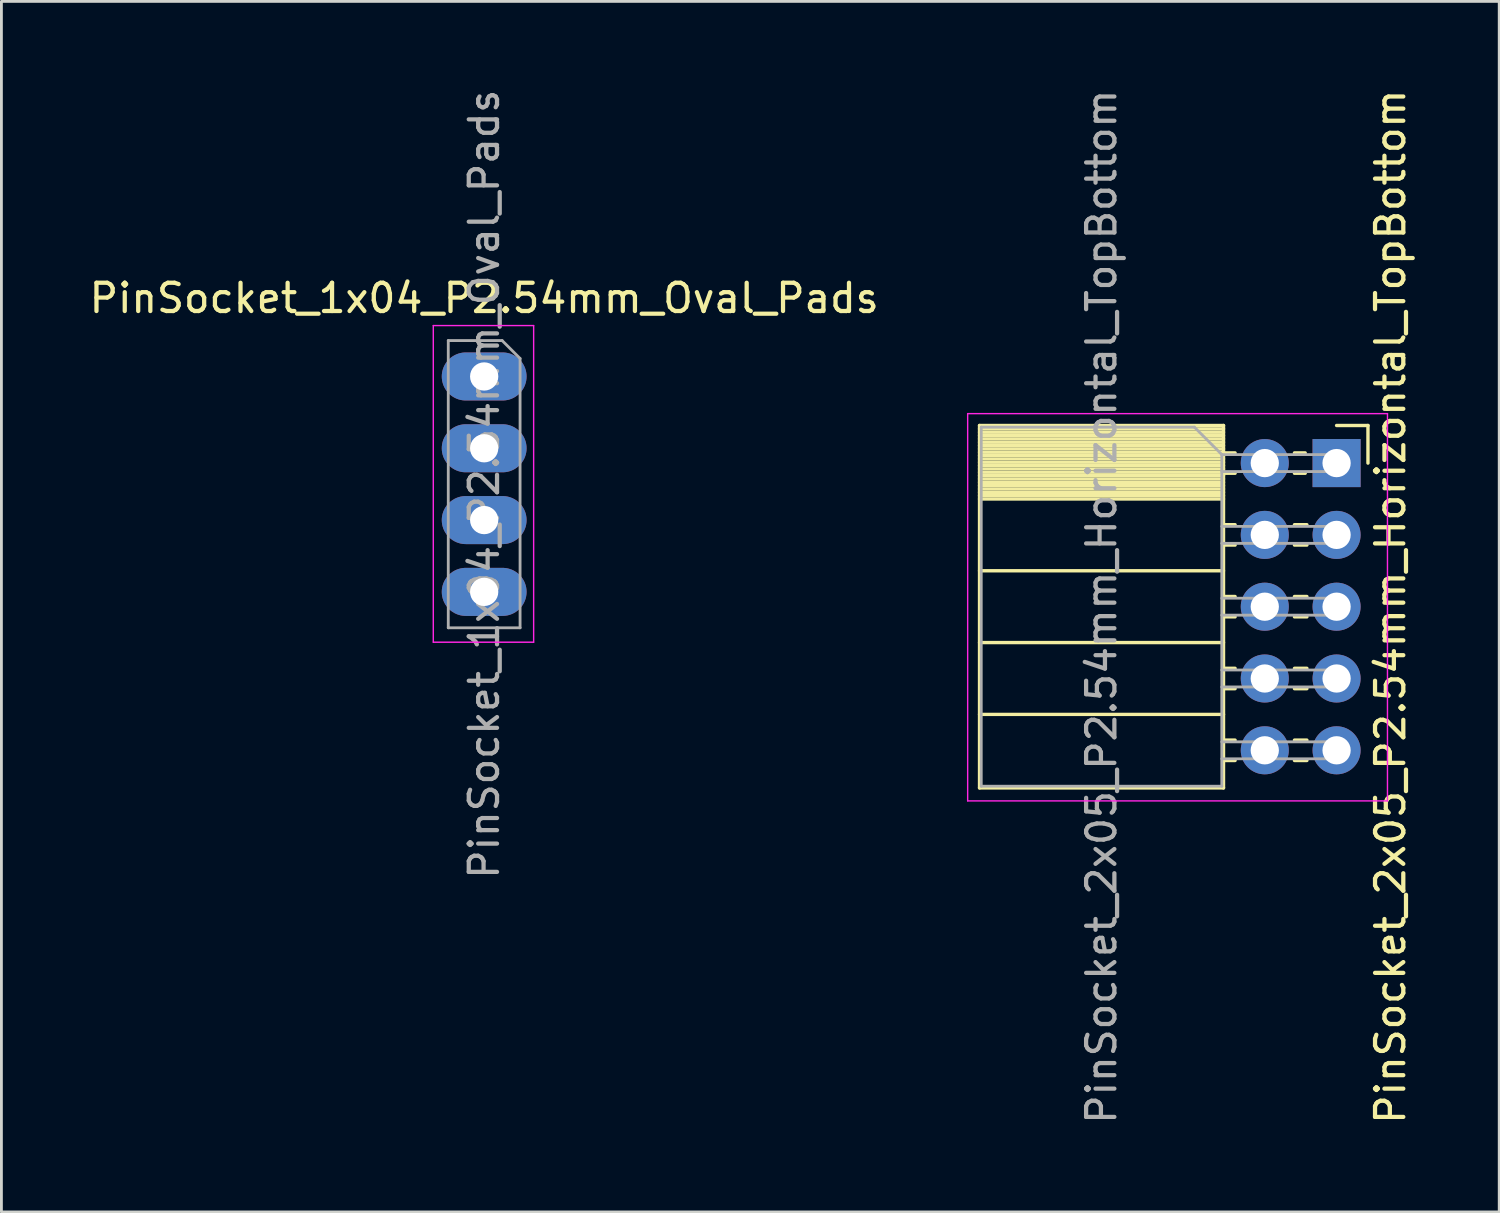
<source format=kicad_pcb>
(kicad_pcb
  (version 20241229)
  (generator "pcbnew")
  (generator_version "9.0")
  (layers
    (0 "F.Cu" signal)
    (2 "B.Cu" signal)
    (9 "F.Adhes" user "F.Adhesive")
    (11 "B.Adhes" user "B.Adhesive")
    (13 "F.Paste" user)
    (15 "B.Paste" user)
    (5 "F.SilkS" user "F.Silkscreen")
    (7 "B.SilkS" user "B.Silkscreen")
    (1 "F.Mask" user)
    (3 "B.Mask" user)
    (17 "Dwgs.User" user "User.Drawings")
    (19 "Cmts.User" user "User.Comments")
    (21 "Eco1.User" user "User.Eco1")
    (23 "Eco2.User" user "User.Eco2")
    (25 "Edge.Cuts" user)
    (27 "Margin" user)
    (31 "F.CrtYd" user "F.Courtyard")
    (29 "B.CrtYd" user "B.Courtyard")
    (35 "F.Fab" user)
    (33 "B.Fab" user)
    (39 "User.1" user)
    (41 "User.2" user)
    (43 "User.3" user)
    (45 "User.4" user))
  (footprint "PinSocket_2x05_P2.54mm_Horizontal_TopBottom"
    (layer "F.Cu")
    (at 44.23 13.331)
    (property "Reference" "PinSocket_2x05_P2.54mm_Horizontal_TopBottom" (at 1.905 5.08 90) (layer "F.SilkS") (effects (font (size 1 1) (thickness 0.15))))
    (attr through_hole)
    (fp_line (start -12.63 -1.33) (end -12.63 11.49) (stroke (width 0.12) (type solid)) (layer "F.SilkS"))
    (fp_line (start -12.63 -1.33) (end -4 -1.33) (stroke (width 0.12) (type solid)) (layer "F.SilkS"))
    (fp_line (start -12.63 -1.21) (end -4 -1.21) (stroke (width 0.12) (type solid)) (layer "F.SilkS"))
    (fp_line (start -12.63 -1.092) (end -4 -1.092) (stroke (width 0.12) (type solid)) (layer "F.SilkS"))
    (fp_line (start -12.63 -0.974) (end -4 -0.974) (stroke (width 0.12) (type solid)) (layer "F.SilkS"))
    (fp_line (start -12.63 -0.856) (end -4 -0.856) (stroke (width 0.12) (type solid)) (layer "F.SilkS"))
    (fp_line (start -12.63 -0.738) (end -4 -0.738) (stroke (width 0.12) (type solid)) (layer "F.SilkS"))
    (fp_line (start -12.63 -0.62) (end -4 -0.62) (stroke (width 0.12) (type solid)) (layer "F.SilkS"))
    (fp_line (start -12.63 -0.501) (end -4 -0.501) (stroke (width 0.12) (type solid)) (layer "F.SilkS"))
    (fp_line (start -12.63 -0.383) (end -4 -0.383) (stroke (width 0.12) (type solid)) (layer "F.SilkS"))
    (fp_line (start -12.63 -0.265) (end -4 -0.265) (stroke (width 0.12) (type solid)) (layer "F.SilkS"))
    (fp_line (start -12.63 -0.147) (end -4 -0.147) (stroke (width 0.12) (type solid)) (layer "F.SilkS"))
    (fp_line (start -12.63 -0.029) (end -4 -0.029) (stroke (width 0.12) (type solid)) (layer "F.SilkS"))
    (fp_line (start -12.63 0.089) (end -4 0.089) (stroke (width 0.12) (type solid)) (layer "F.SilkS"))
    (fp_line (start -12.63 0.207) (end -4 0.207) (stroke (width 0.12) (type solid)) (layer "F.SilkS"))
    (fp_line (start -12.63 0.325) (end -4 0.325) (stroke (width 0.12) (type solid)) (layer "F.SilkS"))
    (fp_line (start -12.63 0.443) (end -4 0.443) (stroke (width 0.12) (type solid)) (layer "F.SilkS"))
    (fp_line (start -12.63 0.561) (end -4 0.561) (stroke (width 0.12) (type solid)) (layer "F.SilkS"))
    (fp_line (start -12.63 0.68) (end -4 0.68) (stroke (width 0.12) (type solid)) (layer "F.SilkS"))
    (fp_line (start -12.63 0.798) (end -4 0.798) (stroke (width 0.12) (type solid)) (layer "F.SilkS"))
    (fp_line (start -12.63 0.916) (end -4 0.916) (stroke (width 0.12) (type solid)) (layer "F.SilkS"))
    (fp_line (start -12.63 1.034) (end -4 1.034) (stroke (width 0.12) (type solid)) (layer "F.SilkS"))
    (fp_line (start -12.63 1.152) (end -4 1.152) (stroke (width 0.12) (type solid)) (layer "F.SilkS"))
    (fp_line (start -12.63 1.27) (end -4 1.27) (stroke (width 0.12) (type solid)) (layer "F.SilkS"))
    (fp_line (start -12.63 3.81) (end -4 3.81) (stroke (width 0.12) (type solid)) (layer "F.SilkS"))
    (fp_line (start -12.63 6.35) (end -4 6.35) (stroke (width 0.12) (type solid)) (layer "F.SilkS"))
    (fp_line (start -12.63 8.89) (end -4 8.89) (stroke (width 0.12) (type solid)) (layer "F.SilkS"))
    (fp_line (start -12.63 11.49) (end -4 11.49) (stroke (width 0.12) (type solid)) (layer "F.SilkS"))
    (fp_line (start -4 -1.33) (end -4 11.49) (stroke (width 0.12) (type solid)) (layer "F.SilkS"))
    (fp_line (start -4 -0.36) (end -3.59 -0.36) (stroke (width 0.12) (type solid)) (layer "F.SilkS"))
    (fp_line (start -4 0.36) (end -3.59 0.36) (stroke (width 0.12) (type solid)) (layer "F.SilkS"))
    (fp_line (start -4 2.18) (end -3.59 2.18) (stroke (width 0.12) (type solid)) (layer "F.SilkS"))
    (fp_line (start -4 2.9) (end -3.59 2.9) (stroke (width 0.12) (type solid)) (layer "F.SilkS"))
    (fp_line (start -4 4.72) (end -3.59 4.72) (stroke (width 0.12) (type solid)) (layer "F.SilkS"))
    (fp_line (start -4 5.44) (end -3.59 5.44) (stroke (width 0.12) (type solid)) (layer "F.SilkS"))
    (fp_line (start -4 7.26) (end -3.59 7.26) (stroke (width 0.12) (type solid)) (layer "F.SilkS"))
    (fp_line (start -4 7.98) (end -3.59 7.98) (stroke (width 0.12) (type solid)) (layer "F.SilkS"))
    (fp_line (start -4 9.8) (end -3.59 9.8) (stroke (width 0.12) (type solid)) (layer "F.SilkS"))
    (fp_line (start -4 10.52) (end -3.59 10.52) (stroke (width 0.12) (type solid)) (layer "F.SilkS"))
    (fp_line (start -1.49 -0.36) (end -1.11 -0.36) (stroke (width 0.12) (type solid)) (layer "F.SilkS"))
    (fp_line (start -1.49 0.36) (end -1.11 0.36) (stroke (width 0.12) (type solid)) (layer "F.SilkS"))
    (fp_line (start -1.49 2.18) (end -1.05 2.18) (stroke (width 0.12) (type solid)) (layer "F.SilkS"))
    (fp_line (start -1.49 2.9) (end -1.05 2.9) (stroke (width 0.12) (type solid)) (layer "F.SilkS"))
    (fp_line (start -1.49 4.72) (end -1.05 4.72) (stroke (width 0.12) (type solid)) (layer "F.SilkS"))
    (fp_line (start -1.49 5.44) (end -1.05 5.44) (stroke (width 0.12) (type solid)) (layer "F.SilkS"))
    (fp_line (start -1.49 7.26) (end -1.05 7.26) (stroke (width 0.12) (type solid)) (layer "F.SilkS"))
    (fp_line (start -1.49 7.98) (end -1.05 7.98) (stroke (width 0.12) (type solid)) (layer "F.SilkS"))
    (fp_line (start -1.49 9.8) (end -1.05 9.8) (stroke (width 0.12) (type solid)) (layer "F.SilkS"))
    (fp_line (start -1.49 10.52) (end -1.05 10.52) (stroke (width 0.12) (type solid)) (layer "F.SilkS"))
    (fp_line (start 0 -1.33) (end 1.11 -1.33) (stroke (width 0.12) (type solid)) (layer "F.SilkS"))
    (fp_line (start 1.11 -1.33) (end 1.11 0) (stroke (width 0.12) (type solid)) (layer "F.SilkS"))
    (fp_line (start -13.05 -1.75) (end -13.05 11.95) (stroke (width 0.05) (type solid)) (layer "F.CrtYd"))
    (fp_line (start -13.05 11.95) (end 1.8 11.95) (stroke (width 0.05) (type solid)) (layer "F.CrtYd"))
    (fp_line (start 1.8 -1.75) (end -13.05 -1.75) (stroke (width 0.05) (type solid)) (layer "F.CrtYd"))
    (fp_line (start 1.8 11.95) (end 1.8 -1.75) (stroke (width 0.05) (type solid)) (layer "F.CrtYd"))
    (fp_line (start -12.57 -1.27) (end -5.03 -1.27) (stroke (width 0.1) (type solid)) (layer "F.Fab"))
    (fp_line (start -12.57 11.43) (end -12.57 -1.27) (stroke (width 0.1) (type solid)) (layer "F.Fab"))
    (fp_line (start -5.03 -1.27) (end -4.06 -0.3) (stroke (width 0.1) (type solid)) (layer "F.Fab"))
    (fp_line (start -4.06 -0.3) (end -4.06 11.43) (stroke (width 0.1) (type solid)) (layer "F.Fab"))
    (fp_line (start -4.06 0.3) (end 0 0.3) (stroke (width 0.1) (type solid)) (layer "F.Fab"))
    (fp_line (start -4.06 2.84) (end 0 2.84) (stroke (width 0.1) (type solid)) (layer "F.Fab"))
    (fp_line (start -4.06 5.38) (end 0 5.38) (stroke (width 0.1) (type solid)) (layer "F.Fab"))
    (fp_line (start -4.06 7.92) (end 0 7.92) (stroke (width 0.1) (type solid)) (layer "F.Fab"))
    (fp_line (start -4.06 10.46) (end 0 10.46) (stroke (width 0.1) (type solid)) (layer "F.Fab"))
    (fp_line (start -4.06 11.43) (end -12.57 11.43) (stroke (width 0.1) (type solid)) (layer "F.Fab"))
    (fp_line (start 0 -0.3) (end -4.06 -0.3) (stroke (width 0.1) (type solid)) (layer "F.Fab"))
    (fp_line (start 0 0.3) (end 0 -0.3) (stroke (width 0.1) (type solid)) (layer "F.Fab"))
    (fp_line (start 0 2.24) (end -4.06 2.24) (stroke (width 0.1) (type solid)) (layer "F.Fab"))
    (fp_line (start 0 2.84) (end 0 2.24) (stroke (width 0.1) (type solid)) (layer "F.Fab"))
    (fp_line (start 0 4.78) (end -4.06 4.78) (stroke (width 0.1) (type solid)) (layer "F.Fab"))
    (fp_line (start 0 5.38) (end 0 4.78) (stroke (width 0.1) (type solid)) (layer "F.Fab"))
    (fp_line (start 0 7.32) (end -4.06 7.32) (stroke (width 0.1) (type solid)) (layer "F.Fab"))
    (fp_line (start 0 7.92) (end 0 7.32) (stroke (width 0.1) (type solid)) (layer "F.Fab"))
    (fp_line (start 0 9.86) (end -4.06 9.86) (stroke (width 0.1) (type solid)) (layer "F.Fab"))
    (fp_line (start 0 10.46) (end 0 9.86) (stroke (width 0.1) (type solid)) (layer "F.Fab"))
    (fp_text user "${REFERENCE}" (at -8.315 5.08 270) (layer "F.Fab") (effects (font (size 1 1) (thickness 0.15))))
    (pad "1" thru_hole rect (at 0 0) (size 1.7 1.7) (drill 1) (layers "*.Cu" "*.Mask"))
    (pad "2" thru_hole oval (at 0 2.54) (size 1.7 1.7) (drill 1) (layers "*.Cu" "*.Mask"))
    (pad "3" thru_hole oval (at 0 5.08) (size 1.7 1.7) (drill 1) (layers "*.Cu" "*.Mask"))
    (pad "4" thru_hole oval (at 0 7.62) (size 1.7 1.7) (drill 1) (layers "*.Cu" "*.Mask"))
    (pad "5" thru_hole oval (at 0 10.16) (size 1.7 1.7) (drill 1) (layers "*.Cu" "*.Mask"))
    (pad "6" thru_hole oval (at -2.54 0) (size 1.7 1.7) (drill 1) (layers "*.Cu" "*.Mask"))
    (pad "7" thru_hole oval (at -2.54 2.54) (size 1.7 1.7) (drill 1) (layers "*.Cu" "*.Mask"))
    (pad "8" thru_hole oval (at -2.54 5.08) (size 1.7 1.7) (drill 1) (layers "*.Cu" "*.Mask"))
    (pad "9" thru_hole oval (at -2.54 7.62) (size 1.7 1.7) (drill 1) (layers "*.Cu" "*.Mask"))
    (pad "10" thru_hole oval (at -2.54 10.16) (size 1.7 1.7) (drill 1) (layers "*.Cu" "*.Mask")))
  (footprint "PinSocket_1x04_P2.54mm_Oval_Pads"
    (layer "F.Cu")
    (at 14.077 10.267)
    (property "Reference" "PinSocket_1x04_P2.54mm_Oval_Pads" (at 0 -2.77 0) (layer "F.SilkS") (effects (font (size 1 1) (thickness 0.15))))
    (attr through_hole)
    (fp_line (start -1.8 -1.8) (end 1.75 -1.8) (stroke (width 0.05) (type solid)) (layer "F.CrtYd"))
    (fp_line (start -1.8 9.4) (end -1.8 -1.8) (stroke (width 0.05) (type solid)) (layer "F.CrtYd"))
    (fp_line (start 1.75 -1.8) (end 1.75 9.4) (stroke (width 0.05) (type solid)) (layer "F.CrtYd"))
    (fp_line (start 1.75 9.4) (end -1.8 9.4) (stroke (width 0.05) (type solid)) (layer "F.CrtYd"))
    (fp_line (start -1.27 -1.27) (end 0.635 -1.27) (stroke (width 0.1) (type solid)) (layer "F.Fab"))
    (fp_line (start -1.27 8.89) (end -1.27 -1.27) (stroke (width 0.1) (type solid)) (layer "F.Fab"))
    (fp_line (start 0.635 -1.27) (end 1.27 -0.635) (stroke (width 0.1) (type solid)) (layer "F.Fab"))
    (fp_line (start 1.27 -0.635) (end 1.27 8.89) (stroke (width 0.1) (type solid)) (layer "F.Fab"))
    (fp_line (start 1.27 8.89) (end -1.27 8.89) (stroke (width 0.1) (type solid)) (layer "F.Fab"))
    (fp_text user "${REFERENCE}" (at 0 3.81 90) (layer "F.Fab") (effects (font (size 1 1) (thickness 0.15))))
    (pad "1" thru_hole oval (at 0 0) (size 3 1.7) (drill 1) (layers "*.Cu" "*.Mask"))
    (pad "2" thru_hole oval (at 0 2.54) (size 3 1.7) (drill 1) (layers "*.Cu" "*.Mask"))
    (pad "3" thru_hole oval (at 0 5.08) (size 3 1.7) (drill 1) (layers "*.Cu" "*.Mask"))
    (pad "4" thru_hole oval (at 0 7.62) (size 3 1.7) (drill 1) (layers "*.Cu" "*.Mask")))
  (gr_rect
    (start -3 -3)
    (end 49.983 39.821)
    (stroke (width 0.1) (type default))
    (fill no)
    (layer "Edge.Cuts")))
</source>
